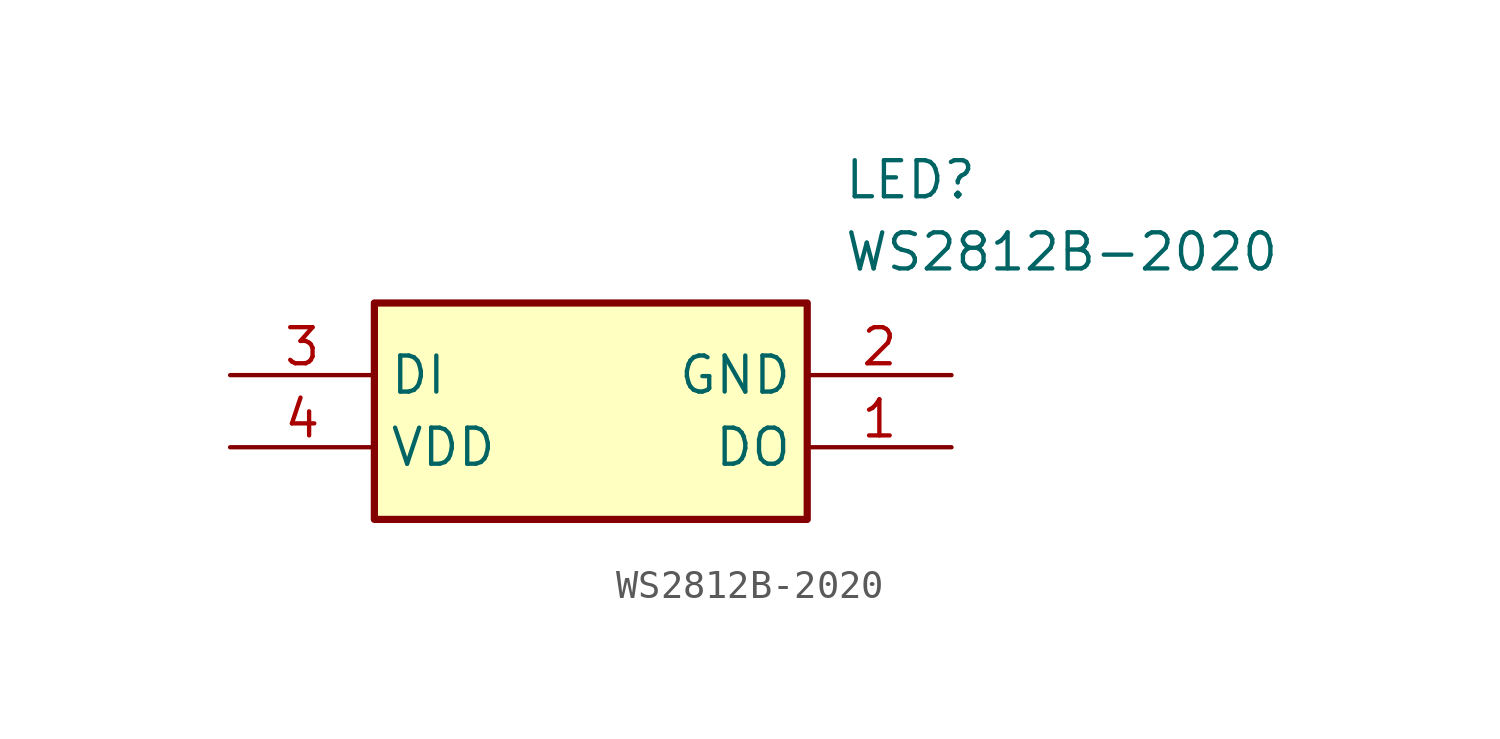
<source format=kicad_sym>
(kicad_symbol_lib
  (version 20211014)
  (generator SamacSys_ECAD_Model)
  (symbol "WS2812B-2020"
    (property "Reference" "LED"
      (at 21.59 7.62 0)
      (effects (font (size 1.27 1.27)) (justify left top)))
    (property "Value" "WS2812B-2020"
      (at 21.59 5.08 0)
      (effects (font (size 1.27 1.27)) (justify left top)))
    (rectangle
      (start 5.08 2.54)
      (end 20.32 -5.08)
      (stroke (width 0.254) (type default))
      (fill (type background)))
    (pin passive line
      (at 25.4 -2.54 180)
      (length 5.08)
      (name "DO" (effects (font (size 1.27 1.27))))
      (number "1" (effects (font (size 1.27 1.27)))))
    (pin passive line
      (at 25.4 0 180)
      (length 5.08)
      (name "GND" (effects (font (size 1.27 1.27))))
      (number "2" (effects (font (size 1.27 1.27)))))
    (pin passive line
      (at 0 0 0)
      (length 5.08)
      (name "DI" (effects (font (size 1.27 1.27))))
      (number "3" (effects (font (size 1.27 1.27)))))
    (pin passive line
      (at 0 -2.54 0)
      (length 5.08)
      (name "VDD" (effects (font (size 1.27 1.27))))
      (number "4" (effects (font (size 1.27 1.27)))))))
</source>
